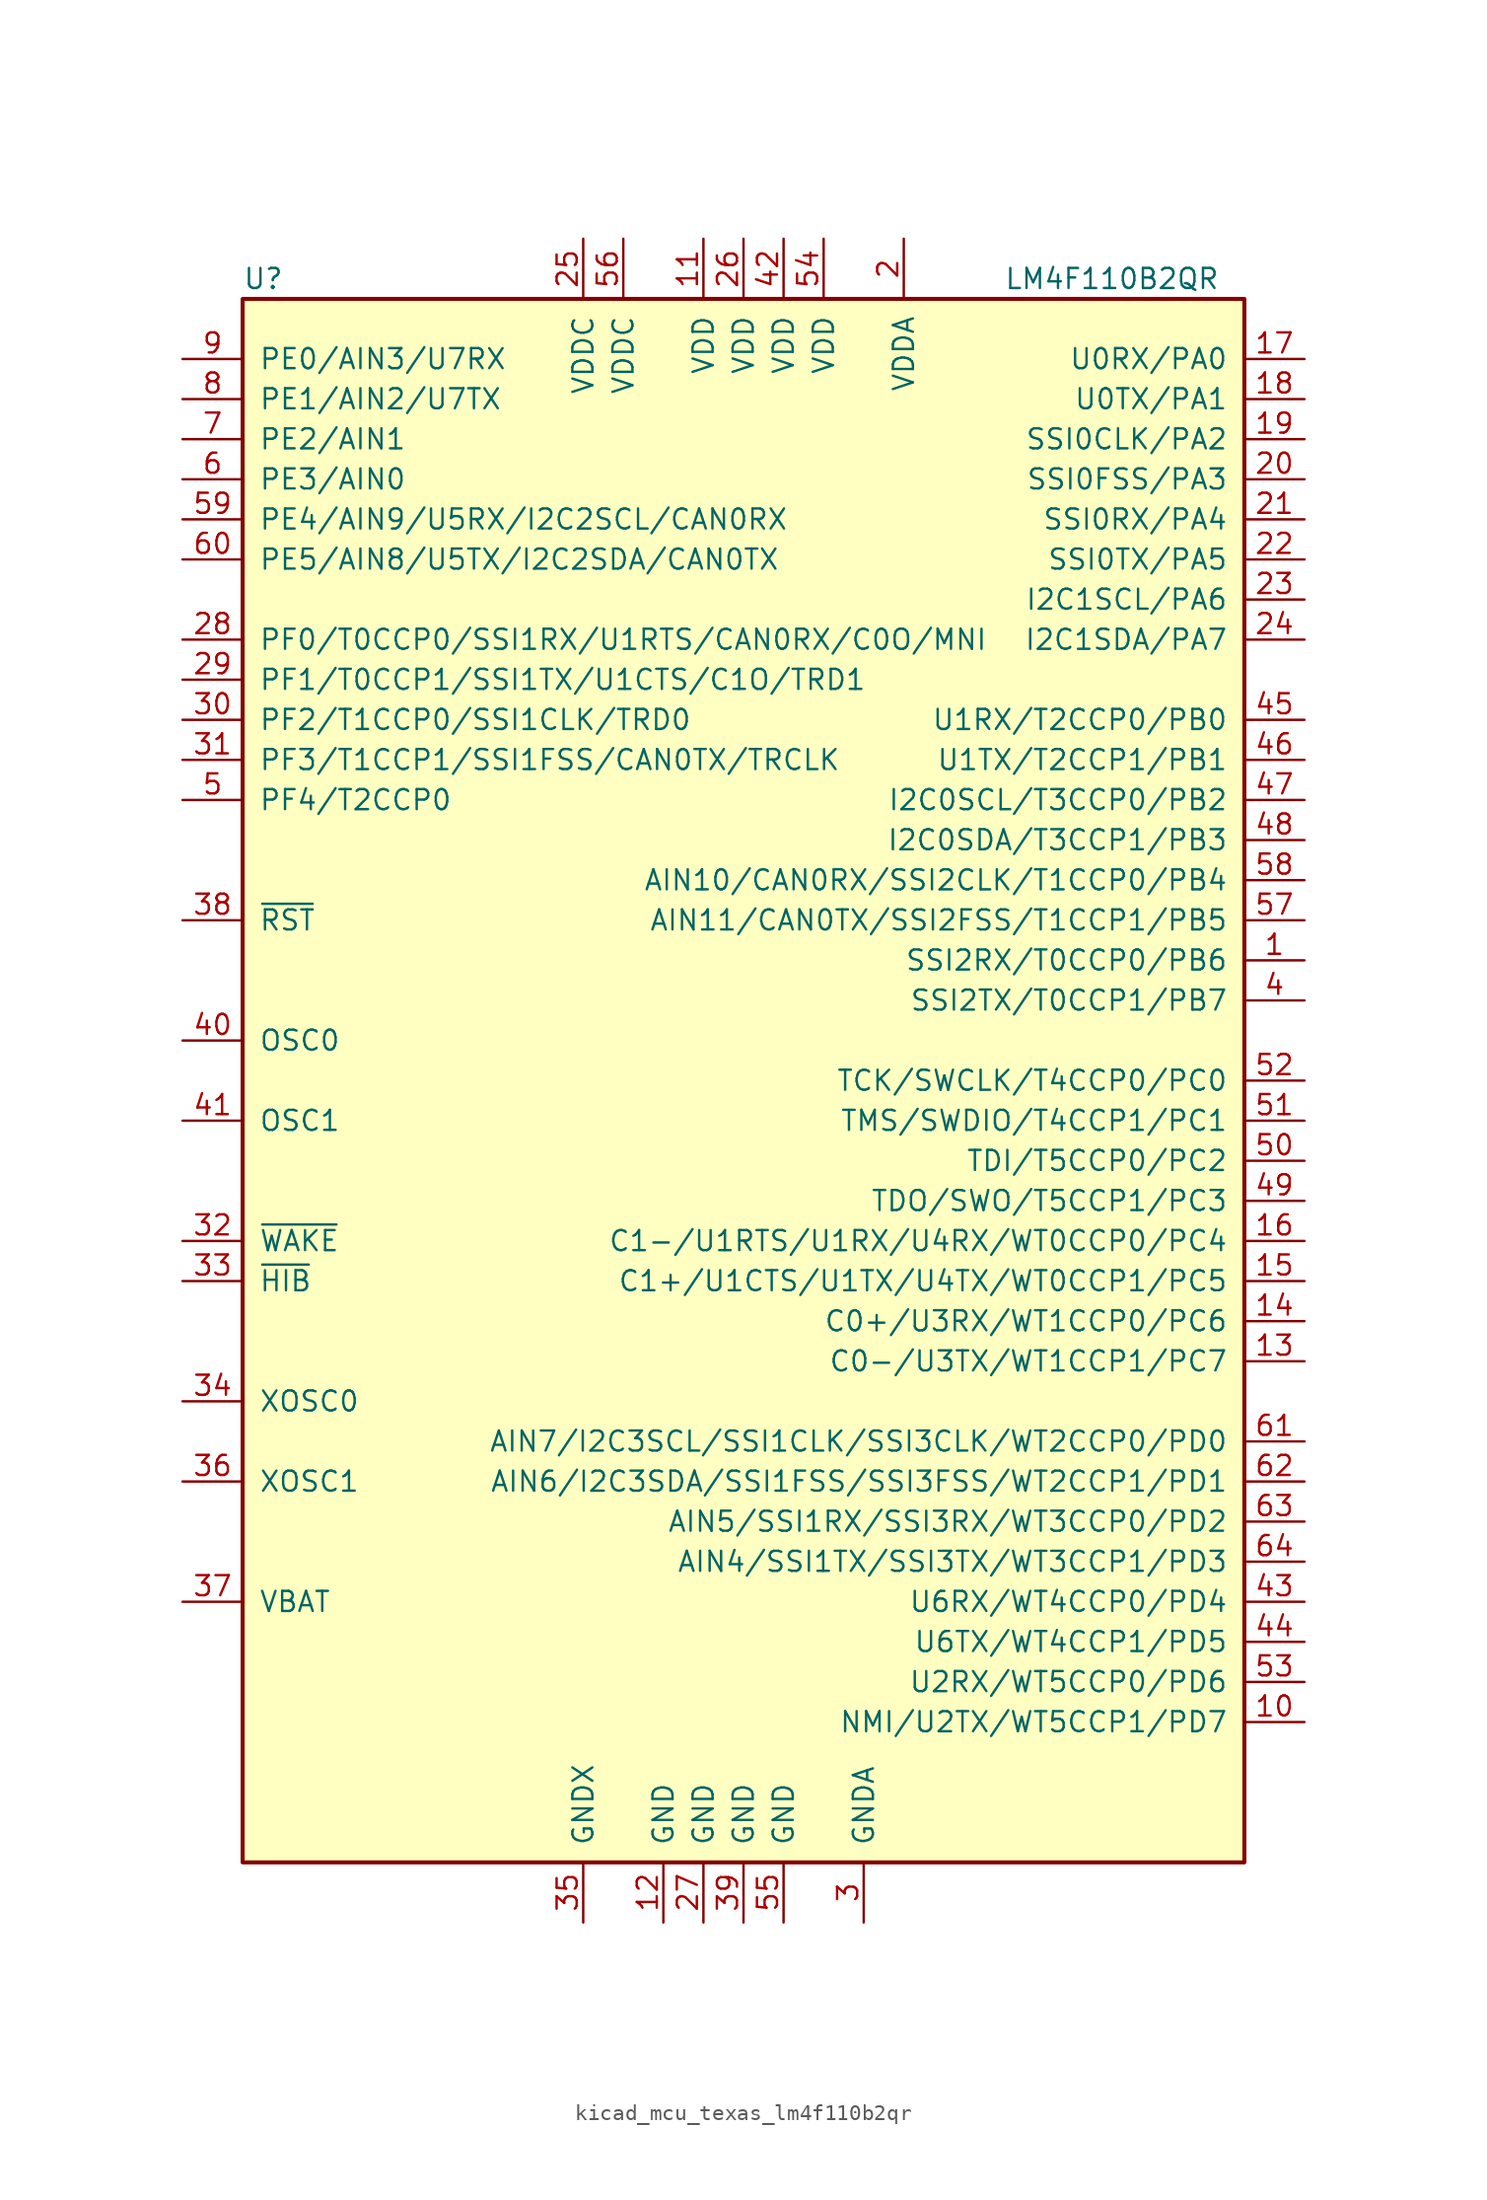
<source format=kicad_sym>
(kicad_symbol_lib
  (version 20220914)
  (generator kicad_symbol_editor)
  (symbol "kicad_mcu_texas_lm4f110b2qr"
    (pin_names
      (offset 1.016))
    (property "Reference" "U"
      (at -31.75 50.8 0)
      (effects (font (size 1.27 1.27)) (justify left)))
    (property "Value" "LM4F110B2QR"
      (at 16.51 50.8 0)
      (effects (font (size 1.27 1.27)) (justify left)))
    (symbol "kicad_mcu_texas_lm4f110b2qr_0_1"
      (rectangle (start -31.75 49.53) (end 31.75 -49.53) (stroke (width 0.254) (type default)) (fill (type background))))
    (symbol "kicad_mcu_texas_lm4f110b2qr_1_1"
      (pin bidirectional line (at 35.56 7.62 180) (length 3.81) (name "SSI2RX/T0CCP0/PB6" (effects (font (size 1.27 1.27)))) (number "1" (effects (font (size 1.27 1.27)))))
      (pin bidirectional line (at 35.56 -40.64 180) (length 3.81) (name "NMI/U2TX/WT5CCP1/PD7" (effects (font (size 1.27 1.27)))) (number "10" (effects (font (size 1.27 1.27)))))
      (pin power_in line (at -2.54 53.34 270) (length 3.81) (name "VDD" (effects (font (size 1.27 1.27)))) (number "11" (effects (font (size 1.27 1.27)))))
      (pin power_in line (at -5.08 -53.34 90) (length 3.81) (name "GND" (effects (font (size 1.27 1.27)))) (number "12" (effects (font (size 1.27 1.27)))))
      (pin bidirectional line (at 35.56 -17.78 180) (length 3.81) (name "C0-/U3TX/WT1CCP1/PC7" (effects (font (size 1.27 1.27)))) (number "13" (effects (font (size 1.27 1.27)))))
      (pin bidirectional line (at 35.56 -15.24 180) (length 3.81) (name "C0+/U3RX/WT1CCP0/PC6" (effects (font (size 1.27 1.27)))) (number "14" (effects (font (size 1.27 1.27)))))
      (pin bidirectional line (at 35.56 -12.7 180) (length 3.81) (name "C1+/U1CTS/U1TX/U4TX/WT0CCP1/PC5" (effects (font (size 1.27 1.27)))) (number "15" (effects (font (size 1.27 1.27)))))
      (pin bidirectional line (at 35.56 -10.16 180) (length 3.81) (name "C1-/U1RTS/U1RX/U4RX/WT0CCP0/PC4" (effects (font (size 1.27 1.27)))) (number "16" (effects (font (size 1.27 1.27)))))
      (pin bidirectional line (at 35.56 45.72 180) (length 3.81) (name "U0RX/PA0" (effects (font (size 1.27 1.27)))) (number "17" (effects (font (size 1.27 1.27)))))
      (pin bidirectional line (at 35.56 43.18 180) (length 3.81) (name "U0TX/PA1" (effects (font (size 1.27 1.27)))) (number "18" (effects (font (size 1.27 1.27)))))
      (pin bidirectional line (at 35.56 40.64 180) (length 3.81) (name "SSI0CLK/PA2" (effects (font (size 1.27 1.27)))) (number "19" (effects (font (size 1.27 1.27)))))
      (pin power_in line (at 10.16 53.34 270) (length 3.81) (name "VDDA" (effects (font (size 1.27 1.27)))) (number "2" (effects (font (size 1.27 1.27)))))
      (pin bidirectional line (at 35.56 38.1 180) (length 3.81) (name "SSI0FSS/PA3" (effects (font (size 1.27 1.27)))) (number "20" (effects (font (size 1.27 1.27)))))
      (pin bidirectional line (at 35.56 35.56 180) (length 3.81) (name "SSI0RX/PA4" (effects (font (size 1.27 1.27)))) (number "21" (effects (font (size 1.27 1.27)))))
      (pin bidirectional line (at 35.56 33.02 180) (length 3.81) (name "SSI0TX/PA5" (effects (font (size 1.27 1.27)))) (number "22" (effects (font (size 1.27 1.27)))))
      (pin bidirectional line (at 35.56 30.48 180) (length 3.81) (name "I2C1SCL/PA6" (effects (font (size 1.27 1.27)))) (number "23" (effects (font (size 1.27 1.27)))))
      (pin bidirectional line (at 35.56 27.94 180) (length 3.81) (name "I2C1SDA/PA7" (effects (font (size 1.27 1.27)))) (number "24" (effects (font (size 1.27 1.27)))))
      (pin power_in line (at -10.16 53.34 270) (length 3.81) (name "VDDC" (effects (font (size 1.27 1.27)))) (number "25" (effects (font (size 1.27 1.27)))))
      (pin power_in line (at 0 53.34 270) (length 3.81) (name "VDD" (effects (font (size 1.27 1.27)))) (number "26" (effects (font (size 1.27 1.27)))))
      (pin power_in line (at -2.54 -53.34 90) (length 3.81) (name "GND" (effects (font (size 1.27 1.27)))) (number "27" (effects (font (size 1.27 1.27)))))
      (pin bidirectional line (at -35.56 27.94 0) (length 3.81) (name "PF0/T0CCP0/SSI1RX/U1RTS/CAN0RX/C0O/MNI" (effects (font (size 1.27 1.27)))) (number "28" (effects (font (size 1.27 1.27)))))
      (pin bidirectional line (at -35.56 25.4 0) (length 3.81) (name "PF1/T0CCP1/SSI1TX/U1CTS/C1O/TRD1" (effects (font (size 1.27 1.27)))) (number "29" (effects (font (size 1.27 1.27)))))
      (pin power_in line (at 7.62 -53.34 90) (length 3.81) (name "GNDA" (effects (font (size 1.27 1.27)))) (number "3" (effects (font (size 1.27 1.27)))))
      (pin bidirectional line (at -35.56 22.86 0) (length 3.81) (name "PF2/T1CCP0/SSI1CLK/TRD0" (effects (font (size 1.27 1.27)))) (number "30" (effects (font (size 1.27 1.27)))))
      (pin bidirectional line (at -35.56 20.32 0) (length 3.81) (name "PF3/T1CCP1/SSI1FSS/CAN0TX/TRCLK" (effects (font (size 1.27 1.27)))) (number "31" (effects (font (size 1.27 1.27)))))
      (pin input line (at -35.56 -10.16 0) (length 3.81) (name "~{WAKE}" (effects (font (size 1.27 1.27)))) (number "32" (effects (font (size 1.27 1.27)))))
      (pin open_collector line (at -35.56 -12.7 0) (length 3.81) (name "~{HIB}" (effects (font (size 1.27 1.27)))) (number "33" (effects (font (size 1.27 1.27)))))
      (pin passive line (at -35.56 -20.32 0) (length 3.81) (name "XOSC0" (effects (font (size 1.27 1.27)))) (number "34" (effects (font (size 1.27 1.27)))))
      (pin power_in line (at -10.16 -53.34 90) (length 3.81) (name "GNDX" (effects (font (size 1.27 1.27)))) (number "35" (effects (font (size 1.27 1.27)))))
      (pin passive line (at -35.56 -25.4 0) (length 3.81) (name "XOSC1" (effects (font (size 1.27 1.27)))) (number "36" (effects (font (size 1.27 1.27)))))
      (pin passive line (at -35.56 -33.02 0) (length 3.81) (name "VBAT" (effects (font (size 1.27 1.27)))) (number "37" (effects (font (size 1.27 1.27)))))
      (pin input line (at -35.56 10.16 0) (length 3.81) (name "~{RST}" (effects (font (size 1.27 1.27)))) (number "38" (effects (font (size 1.27 1.27)))))
      (pin bidirectional line (at 0 -53.34 90) (length 3.81) (name "GND" (effects (font (size 1.27 1.27)))) (number "39" (effects (font (size 1.27 1.27)))))
      (pin bidirectional line (at 35.56 5.08 180) (length 3.81) (name "SSI2TX/T0CCP1/PB7" (effects (font (size 1.27 1.27)))) (number "4" (effects (font (size 1.27 1.27)))))
      (pin passive line (at -35.56 2.54 0) (length 3.81) (name "OSC0" (effects (font (size 1.27 1.27)))) (number "40" (effects (font (size 1.27 1.27)))))
      (pin passive line (at -35.56 -2.54 0) (length 3.81) (name "OSC1" (effects (font (size 1.27 1.27)))) (number "41" (effects (font (size 1.27 1.27)))))
      (pin power_in line (at 2.54 53.34 270) (length 3.81) (name "VDD" (effects (font (size 1.27 1.27)))) (number "42" (effects (font (size 1.27 1.27)))))
      (pin bidirectional line (at 35.56 -33.02 180) (length 3.81) (name "U6RX/WT4CCP0/PD4" (effects (font (size 1.27 1.27)))) (number "43" (effects (font (size 1.27 1.27)))))
      (pin bidirectional line (at 35.56 -35.56 180) (length 3.81) (name "U6TX/WT4CCP1/PD5" (effects (font (size 1.27 1.27)))) (number "44" (effects (font (size 1.27 1.27)))))
      (pin bidirectional line (at 35.56 22.86 180) (length 3.81) (name "U1RX/T2CCP0/PB0" (effects (font (size 1.27 1.27)))) (number "45" (effects (font (size 1.27 1.27)))))
      (pin bidirectional line (at 35.56 20.32 180) (length 3.81) (name "U1TX/T2CCP1/PB1" (effects (font (size 1.27 1.27)))) (number "46" (effects (font (size 1.27 1.27)))))
      (pin bidirectional line (at 35.56 17.78 180) (length 3.81) (name "I2C0SCL/T3CCP0/PB2" (effects (font (size 1.27 1.27)))) (number "47" (effects (font (size 1.27 1.27)))))
      (pin bidirectional line (at 35.56 15.24 180) (length 3.81) (name "I2C0SDA/T3CCP1/PB3" (effects (font (size 1.27 1.27)))) (number "48" (effects (font (size 1.27 1.27)))))
      (pin bidirectional line (at 35.56 -7.62 180) (length 3.81) (name "TDO/SWO/T5CCP1/PC3" (effects (font (size 1.27 1.27)))) (number "49" (effects (font (size 1.27 1.27)))))
      (pin bidirectional line (at -35.56 17.78 0) (length 3.81) (name "PF4/T2CCP0" (effects (font (size 1.27 1.27)))) (number "5" (effects (font (size 1.27 1.27)))))
      (pin bidirectional line (at 35.56 -5.08 180) (length 3.81) (name "TDI/T5CCP0/PC2" (effects (font (size 1.27 1.27)))) (number "50" (effects (font (size 1.27 1.27)))))
      (pin bidirectional line (at 35.56 -2.54 180) (length 3.81) (name "TMS/SWDIO/T4CCP1/PC1" (effects (font (size 1.27 1.27)))) (number "51" (effects (font (size 1.27 1.27)))))
      (pin bidirectional line (at 35.56 0 180) (length 3.81) (name "TCK/SWCLK/T4CCP0/PC0" (effects (font (size 1.27 1.27)))) (number "52" (effects (font (size 1.27 1.27)))))
      (pin bidirectional line (at 35.56 -38.1 180) (length 3.81) (name "U2RX/WT5CCP0/PD6" (effects (font (size 1.27 1.27)))) (number "53" (effects (font (size 1.27 1.27)))))
      (pin power_in line (at 5.08 53.34 270) (length 3.81) (name "VDD" (effects (font (size 1.27 1.27)))) (number "54" (effects (font (size 1.27 1.27)))))
      (pin power_in line (at 2.54 -53.34 90) (length 3.81) (name "GND" (effects (font (size 1.27 1.27)))) (number "55" (effects (font (size 1.27 1.27)))))
      (pin power_in line (at -7.62 53.34 270) (length 3.81) (name "VDDC" (effects (font (size 1.27 1.27)))) (number "56" (effects (font (size 1.27 1.27)))))
      (pin bidirectional line (at 35.56 10.16 180) (length 3.81) (name "AIN11/CAN0TX/SSI2FSS/T1CCP1/PB5" (effects (font (size 1.27 1.27)))) (number "57" (effects (font (size 1.27 1.27)))))
      (pin bidirectional line (at 35.56 12.7 180) (length 3.81) (name "AIN10/CAN0RX/SSI2CLK/T1CCP0/PB4" (effects (font (size 1.27 1.27)))) (number "58" (effects (font (size 1.27 1.27)))))
      (pin bidirectional line (at -35.56 35.56 0) (length 3.81) (name "PE4/AIN9/U5RX/I2C2SCL/CAN0RX" (effects (font (size 1.27 1.27)))) (number "59" (effects (font (size 1.27 1.27)))))
      (pin bidirectional line (at -35.56 38.1 0) (length 3.81) (name "PE3/AIN0" (effects (font (size 1.27 1.27)))) (number "6" (effects (font (size 1.27 1.27)))))
      (pin bidirectional line (at -35.56 33.02 0) (length 3.81) (name "PE5/AIN8/U5TX/I2C2SDA/CAN0TX" (effects (font (size 1.27 1.27)))) (number "60" (effects (font (size 1.27 1.27)))))
      (pin bidirectional line (at 35.56 -22.86 180) (length 3.81) (name "AIN7/I2C3SCL/SSI1CLK/SSI3CLK/WT2CCP0/PD0" (effects (font (size 1.27 1.27)))) (number "61" (effects (font (size 1.27 1.27)))))
      (pin bidirectional line (at 35.56 -25.4 180) (length 3.81) (name "AIN6/I2C3SDA/SSI1FSS/SSI3FSS/WT2CCP1/PD1" (effects (font (size 1.27 1.27)))) (number "62" (effects (font (size 1.27 1.27)))))
      (pin bidirectional line (at 35.56 -27.94 180) (length 3.81) (name "AIN5/SSI1RX/SSI3RX/WT3CCP0/PD2" (effects (font (size 1.27 1.27)))) (number "63" (effects (font (size 1.27 1.27)))))
      (pin bidirectional line (at 35.56 -30.48 180) (length 3.81) (name "AIN4/SSI1TX/SSI3TX/WT3CCP1/PD3" (effects (font (size 1.27 1.27)))) (number "64" (effects (font (size 1.27 1.27)))))
      (pin bidirectional line (at -35.56 40.64 0) (length 3.81) (name "PE2/AIN1" (effects (font (size 1.27 1.27)))) (number "7" (effects (font (size 1.27 1.27)))))
      (pin bidirectional line (at -35.56 43.18 0) (length 3.81) (name "PE1/AIN2/U7TX" (effects (font (size 1.27 1.27)))) (number "8" (effects (font (size 1.27 1.27)))))
      (pin bidirectional line (at -35.56 45.72 0) (length 3.81) (name "PE0/AIN3/U7RX" (effects (font (size 1.27 1.27)))) (number "9" (effects (font (size 1.27 1.27))))))))
</source>
